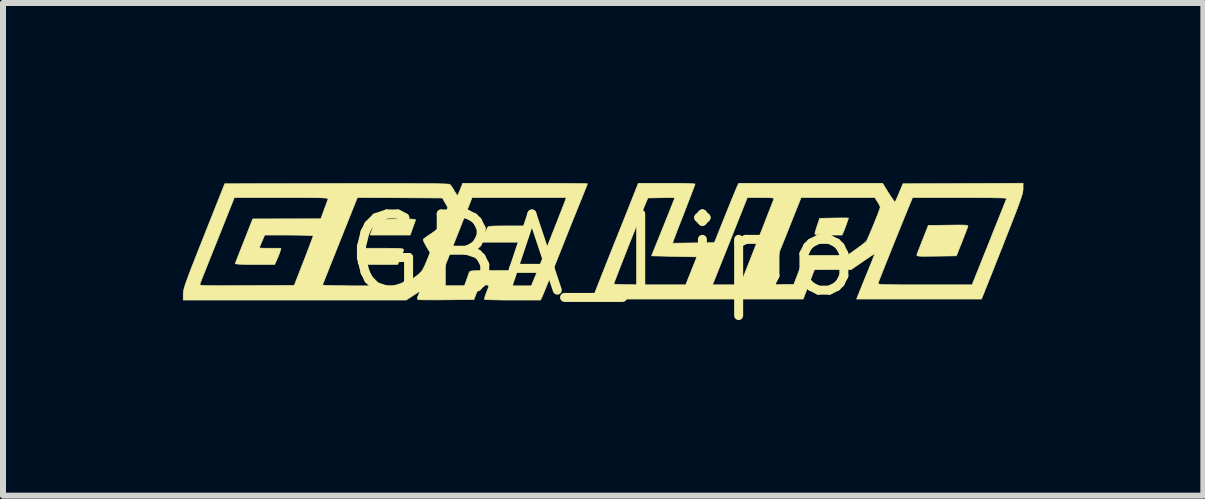
<source format=kicad_pcb>
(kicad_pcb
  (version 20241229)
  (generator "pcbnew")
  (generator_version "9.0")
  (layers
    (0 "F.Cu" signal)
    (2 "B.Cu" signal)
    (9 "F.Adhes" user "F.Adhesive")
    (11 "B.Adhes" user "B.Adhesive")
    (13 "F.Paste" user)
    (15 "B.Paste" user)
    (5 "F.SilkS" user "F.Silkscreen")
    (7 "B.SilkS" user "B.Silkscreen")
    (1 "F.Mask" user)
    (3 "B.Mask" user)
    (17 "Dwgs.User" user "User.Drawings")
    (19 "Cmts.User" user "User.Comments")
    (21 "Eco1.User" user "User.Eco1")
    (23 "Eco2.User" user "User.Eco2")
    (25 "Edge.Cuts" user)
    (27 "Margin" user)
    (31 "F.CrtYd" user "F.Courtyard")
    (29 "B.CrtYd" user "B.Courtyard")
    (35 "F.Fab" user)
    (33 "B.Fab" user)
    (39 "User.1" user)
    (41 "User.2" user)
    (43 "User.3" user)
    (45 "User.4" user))
  (footprint "GBA_Lipo"
    (layer "F.Cu")
    (at 6.998 1.208)
    (property "Reference" "GBA_Lipo" (at 0 0 0) (layer "F.SilkS") (effects (font (size 1.27 1.27) (thickness 0.15))))
    (attr through_hole)
    (fp_poly (pts (xy -3.241 -0.607) (xy -3.179 -0.605) (xy -3.141 -0.601) (xy -3.123 -0.596) (xy -3.12 -0.589) (xy -3.129 -0.563) (xy -3.146 -0.515) (xy -3.167 -0.456) (xy -3.168 -0.453) (xy -3.209 -0.339) (xy -3.877 -0.339) (xy -3.83 -0.47) (xy -3.782 -0.601) (xy -3.447 -0.606) (xy -3.329 -0.607) (xy -3.241 -0.607)) (stroke (width 0.01) (type solid)) (fill yes) (layer "F.SilkS"))
    (fp_poly (pts (xy -1.346 -0.22) (xy -1.68 -0.22) (xy -2.015 -0.22) (xy -1.974 -0.326) (xy -1.952 -0.385) (xy -1.932 -0.434) (xy -1.922 -0.461) (xy -1.915 -0.472) (xy -1.901 -0.479) (xy -1.875 -0.485) (xy -1.833 -0.488) (xy -1.77 -0.49) (xy -1.682 -0.491) (xy -1.575 -0.491) (xy -1.239 -0.491) (xy -1.346 -0.22)) (stroke (width 0.01) (type solid)) (fill yes) (layer "F.SilkS"))
    (fp_poly (pts (xy 4.069 -0.624) (xy 4.096 -0.622) (xy 4.098 -0.621) (xy 4.092 -0.6) (xy 4.078 -0.558) (xy 4.059 -0.504) (xy 4.039 -0.45) (xy 4.021 -0.404) (xy 4.012 -0.385) (xy 3.991 -0.339) (xy 3.765 -0.339) (xy 3.669 -0.339) (xy 3.603 -0.342) (xy 3.562 -0.347) (xy 3.542 -0.354) (xy 3.539 -0.361) (xy 3.544 -0.387) (xy 3.558 -0.435) (xy 3.577 -0.495) (xy 3.579 -0.5) (xy 3.618 -0.618) (xy 3.858 -0.623) (xy 3.944 -0.624) (xy 4.016 -0.624) (xy 4.069 -0.624)) (stroke (width 0.01) (type solid)) (fill yes) (layer "F.SilkS"))
    (fp_poly (pts (xy -3.532 -0.118) (xy -3.447 -0.117) (xy -3.388 -0.115) (xy -3.35 -0.111) (xy -3.328 -0.105) (xy -3.32 -0.097) (xy -3.319 -0.093) (xy -3.326 -0.065) (xy -3.343 -0.017) (xy -3.368 0.041) (xy -3.369 0.043) (xy -3.418 0.152) (xy -3.751 0.152) (xy -3.853 0.152) (xy -3.941 0.15) (xy -4.011 0.147) (xy -4.059 0.144) (xy -4.078 0.14) (xy -4.078 0.139) (xy -4.069 0.119) (xy -4.052 0.075) (xy -4.028 0.017) (xy -4.023 0.004) (xy -3.974 -0.119) (xy -3.646 -0.119) (xy -3.532 -0.118)) (stroke (width 0.01) (type solid)) (fill yes) (layer "F.SilkS"))
    (fp_poly (pts (xy 6.022 -0.505) (xy 6.06 -0.502) (xy 6.081 -0.498) (xy 6.09 -0.491) (xy 6.09 -0.481) (xy 6.089 -0.479) (xy 6.079 -0.453) (xy 6.06 -0.402) (xy 6.033 -0.333) (xy 6.001 -0.251) (xy 5.989 -0.22) (xy 5.898 0.008) (xy 5.564 0.013) (xy 5.45 0.014) (xy 5.365 0.015) (xy 5.306 0.014) (xy 5.268 0.011) (xy 5.247 0.007) (xy 5.239 -0.000356) (xy 5.239 -0.01) (xy 5.24 -0.012) (xy 5.249 -0.038) (xy 5.269 -0.089) (xy 5.296 -0.159) (xy 5.327 -0.24) (xy 5.34 -0.271) (xy 5.43 -0.5) (xy 5.764 -0.504) (xy 5.879 -0.506) (xy 5.963 -0.506) (xy 6.022 -0.505)) (stroke (width 0.01) (type solid)) (fill yes) (layer "F.SilkS"))
    (fp_poly (pts (xy 7.01 -1.111) (xy 7.009 -1.087) (xy 7.004 -1.058) (xy 6.996 -1.021) (xy 6.981 -0.974) (xy 6.961 -0.913) (xy 6.934 -0.837) (xy 6.898 -0.741) (xy 6.853 -0.625) (xy 6.798 -0.484) (xy 6.732 -0.317) (xy 6.68 -0.183) (xy 6.616 -0.023) (xy 6.556 0.129) (xy 6.501 0.269) (xy 6.451 0.394) (xy 6.408 0.501) (xy 6.374 0.587) (xy 6.349 0.649) (xy 6.335 0.684) (xy 6.333 0.69) (xy 6.317 0.728) (xy 4.234 0.728) (xy 4.266 0.648) (xy 4.283 0.606) (xy 4.31 0.54) (xy 4.338 0.468) (xy 4.593 0.468) (xy 4.598 0.474) (xy 4.611 0.479) (xy 4.635 0.483) (xy 4.674 0.485) (xy 4.728 0.488) (xy 4.803 0.489) (xy 4.899 0.49) (xy 5.021 0.491) (xy 5.17 0.491) (xy 5.351 0.491) (xy 5.373 0.491) (xy 6.16 0.491) (xy 6.446 -0.223) (xy 6.504 -0.37) (xy 6.559 -0.507) (xy 6.609 -0.632) (xy 6.653 -0.741) (xy 6.688 -0.83) (xy 6.715 -0.897) (xy 6.732 -0.939) (xy 6.737 -0.951) (xy 6.721 -0.954) (xy 6.676 -0.957) (xy 6.603 -0.959) (xy 6.506 -0.961) (xy 6.388 -0.963) (xy 6.253 -0.964) (xy 6.103 -0.965) (xy 5.955 -0.965) (xy 5.168 -0.965) (xy 5.117 -0.842) (xy 5.085 -0.763) (xy 5.045 -0.666) (xy 5 -0.555) (xy 4.951 -0.434) (xy 4.899 -0.306) (xy 4.847 -0.177) (xy 4.796 -0.049) (xy 4.747 0.073) (xy 4.702 0.185) (xy 4.663 0.283) (xy 4.631 0.364) (xy 4.608 0.423) (xy 4.595 0.456) (xy 4.593 0.461) (xy 4.593 0.468) (xy 4.338 0.468) (xy 4.344 0.456) (xy 4.382 0.36) (xy 4.418 0.273) (xy 4.456 0.18) (xy 4.489 0.098) (xy 4.515 0.033) (xy 4.532 -0.011) (xy 4.538 -0.028) (xy 4.538 -0.028) (xy 4.525 -0.021) (xy 4.489 0.001) (xy 4.435 0.037) (xy 4.368 0.082) (xy 4.341 0.101) (xy 4.143 0.237) (xy 3.837 0.237) (xy 3.531 0.238) (xy 3.344 0.728) (xy 1.588 0.728) (xy -0.168 0.728) (xy -0.143 0.658) (xy -0.132 0.629) (xy -0.11 0.572) (xy -0.078 0.49) (xy -0.073 0.477) (xy 0.186 0.477) (xy 0.203 0.48) (xy 0.249 0.483) (xy 0.322 0.486) (xy 0.417 0.488) (xy 0.53 0.49) (xy 0.659 0.491) (xy 0.786 0.491) (xy 1.385 0.491) (xy 1.832 0.491) (xy 2.295 0.491) (xy 2.302 0.472) (xy 2.743 0.472) (xy 2.754 0.481) (xy 2.787 0.486) (xy 2.846 0.488) (xy 2.935 0.488) (xy 2.965 0.487) (xy 3.187 0.483) (xy 3.217 0.406) (xy 3.236 0.357) (xy 3.263 0.287) (xy 3.293 0.209) (xy 3.31 0.165) (xy 3.373 0) (xy 4.081 0) (xy 4.229 -0.105) (xy 4.292 -0.151) (xy 4.346 -0.192) (xy 4.384 -0.223) (xy 4.398 -0.236) (xy 4.41 -0.26) (xy 4.432 -0.308) (xy 4.46 -0.374) (xy 4.493 -0.452) (xy 4.527 -0.535) (xy 4.56 -0.617) (xy 4.589 -0.691) (xy 4.612 -0.752) (xy 4.626 -0.792) (xy 4.628 -0.804) (xy 4.62 -0.828) (xy 4.599 -0.868) (xy 4.583 -0.893) (xy 4.538 -0.965) (xy 3.924 -0.965) (xy 3.31 -0.965) (xy 3.027 -0.256) (xy 2.968 -0.11) (xy 2.914 0.027) (xy 2.865 0.152) (xy 2.822 0.261) (xy 2.788 0.351) (xy 2.762 0.418) (xy 2.747 0.459) (xy 2.743 0.472) (xy 2.302 0.472) (xy 2.574 -0.221) (xy 2.632 -0.368) (xy 2.686 -0.506) (xy 2.734 -0.631) (xy 2.777 -0.74) (xy 2.812 -0.829) (xy 2.838 -0.896) (xy 2.854 -0.937) (xy 2.859 -0.949) (xy 2.845 -0.956) (xy 2.802 -0.961) (xy 2.735 -0.964) (xy 2.649 -0.965) (xy 2.639 -0.965) (xy 2.413 -0.965) (xy 2.123 -0.237) (xy 1.832 0.491) (xy 1.385 0.491) (xy 1.478 0.258) (xy 1.571 0.025) (xy 1.193 0.017) (xy 0.815 0.008) (xy 1.009 -0.471) (xy 1.057 -0.591) (xy 1.101 -0.7) (xy 1.138 -0.795) (xy 1.169 -0.872) (xy 1.19 -0.926) (xy 1.201 -0.955) (xy 1.202 -0.959) (xy 1.186 -0.961) (xy 1.143 -0.963) (xy 1.078 -0.963) (xy 0.998 -0.962) (xy 0.978 -0.961) (xy 0.754 -0.957) (xy 0.68 -0.779) (xy 0.649 -0.704) (xy 0.612 -0.611) (xy 0.569 -0.503) (xy 0.522 -0.385) (xy 0.472 -0.261) (xy 0.422 -0.135) (xy 0.373 -0.01) (xy 0.327 0.108) (xy 0.284 0.217) (xy 0.248 0.312) (xy 0.218 0.389) (xy 0.197 0.444) (xy 0.187 0.473) (xy 0.186 0.477) (xy -0.073 0.477) (xy -0.037 0.386) (xy 0.012 0.262) (xy 0.067 0.123) (xy 0.128 -0.03) (xy 0.192 -0.192) (xy 0.239 -0.307) (xy 0.595 -1.202) (xy 1.068 -1.202) (xy 1.191 -1.202) (xy 1.302 -1.201) (xy 1.396 -1.199) (xy 1.47 -1.196) (xy 1.52 -1.193) (xy 1.541 -1.19) (xy 1.541 -1.189) (xy 1.535 -1.171) (xy 1.518 -1.125) (xy 1.492 -1.056) (xy 1.458 -0.967) (xy 1.418 -0.864) (xy 1.374 -0.749) (xy 1.366 -0.728) (xy 1.32 -0.61) (xy 1.277 -0.501) (xy 1.24 -0.406) (xy 1.211 -0.328) (xy 1.189 -0.272) (xy 1.179 -0.243) (xy 1.178 -0.241) (xy 1.166 -0.203) (xy 1.863 -0.212) (xy 2.046 -0.669) (xy 2.094 -0.787) (xy 2.138 -0.897) (xy 2.178 -0.994) (xy 2.211 -1.073) (xy 2.235 -1.13) (xy 2.248 -1.161) (xy 2.25 -1.164) (xy 2.27 -1.202) (xy 3.469 -1.202) (xy 4.668 -1.202) (xy 4.767 -1.042) (xy 4.807 -0.979) (xy 4.842 -0.929) (xy 4.866 -0.898) (xy 4.876 -0.891) (xy 4.886 -0.909) (xy 4.905 -0.952) (xy 4.931 -1.011) (xy 4.946 -1.047) (xy 5.007 -1.194) (xy 6.009 -1.198) (xy 7.01 -1.203) (xy 7.01 -1.111)) (stroke (width 0.01) (type solid)) (fill yes) (layer "F.SilkS"))
    (fp_poly (pts (xy -1.11 -1.202) (xy -0.936 -1.202) (xy -0.776 -1.201) (xy -0.631 -1.2) (xy -0.506 -1.199) (xy -0.403 -1.198) (xy -0.325 -1.197) (xy -0.274 -1.195) (xy -0.254 -1.194) (xy -0.254 -1.193) (xy -0.26 -1.176) (xy -0.277 -1.132) (xy -0.303 -1.066) (xy -0.336 -0.984) (xy -0.374 -0.89) (xy -0.38 -0.876) (xy -0.417 -0.784) (xy -0.464 -0.667) (xy -0.519 -0.532) (xy -0.578 -0.384) (xy -0.639 -0.231) (xy -0.699 -0.079) (xy -0.734 0.008) (xy -0.788 0.144) (xy -0.839 0.272) (xy -0.886 0.39) (xy -0.927 0.492) (xy -0.961 0.575) (xy -0.986 0.634) (xy -0.998 0.665) (xy -1.035 0.745) (xy -1.498 0.745) (xy -1.62 0.745) (xy -1.731 0.743) (xy -1.825 0.741) (xy -1.9 0.739) (xy -1.949 0.736) (xy -1.97 0.733) (xy -1.97 0.732) (xy -1.968 0.711) (xy -1.956 0.669) (xy -1.937 0.619) (xy -1.916 0.565) (xy -1.901 0.523) (xy -1.897 0.504) (xy -1.912 0.496) (xy -1.95 0.494) (xy -1.975 0.494) (xy -2.053 0.5) (xy -2.1 0.618) (xy -2.147 0.737) (xy -2.601 0.741) (xy -2.723 0.742) (xy -2.834 0.742) (xy -2.929 0.742) (xy -3.005 0.741) (xy -3.056 0.739) (xy -3.078 0.737) (xy -3.09 0.725) (xy -3.086 0.698) (xy -3.074 0.667) (xy -3.057 0.627) (xy -3.049 0.603) (xy -3.048 0.601) (xy -3.061 0.607) (xy -3.096 0.628) (xy -3.145 0.66) (xy -3.162 0.671) (xy -3.275 0.745) (xy -6.993 0.745) (xy -6.993 0.648) (xy -6.992 0.624) (xy -6.989 0.596) (xy -6.981 0.563) (xy -6.969 0.52) (xy -6.958 0.485) (xy -6.716 0.485) (xy -6.712 0.491) (xy -6.7 0.496) (xy -6.677 0.499) (xy -6.64 0.502) (xy -6.587 0.504) (xy -6.514 0.505) (xy -6.419 0.506) (xy -6.3 0.506) (xy -6.152 0.505) (xy -5.974 0.504) (xy -5.934 0.504) (xy -5.142 0.5) (xy -5.139 0.493) (xy -4.671 0.493) (xy -4.656 0.496) (xy -4.61 0.5) (xy -4.536 0.502) (xy -4.437 0.505) (xy -4.317 0.506) (xy -4.177 0.508) (xy -4.022 0.508) (xy -4.005 0.508) (xy -3.334 0.508) (xy -2.761 0.508) (xy -2.305 0.508) (xy -2.272 0.419) (xy -2.252 0.362) (xy -2.234 0.312) (xy -2.228 0.292) (xy -2.223 0.279) (xy -2.214 0.27) (xy -2.198 0.263) (xy -2.169 0.258) (xy -2.122 0.256) (xy -2.054 0.254) (xy -1.96 0.254) (xy -1.879 0.254) (xy -1.541 0.254) (xy -1.583 0.365) (xy -1.605 0.423) (xy -1.624 0.468) (xy -1.635 0.492) (xy -1.635 0.492) (xy -1.623 0.499) (xy -1.581 0.504) (xy -1.512 0.507) (xy -1.42 0.508) (xy -1.417 0.508) (xy -1.189 0.508) (xy -1.101 0.293) (xy -1.071 0.22) (xy -1.033 0.127) (xy -0.99 0.019) (xy -0.943 -0.099) (xy -0.894 -0.223) (xy -0.844 -0.35) (xy -0.795 -0.474) (xy -0.748 -0.592) (xy -0.707 -0.699) (xy -0.671 -0.79) (xy -0.643 -0.862) (xy -0.625 -0.91) (xy -0.619 -0.927) (xy -0.607 -0.965) (xy -1.392 -0.965) (xy -2.176 -0.965) (xy -2.445 -0.284) (xy -2.503 -0.138) (xy -2.557 -0.000468) (xy -2.607 0.125) (xy -2.651 0.236) (xy -2.688 0.328) (xy -2.715 0.397) (xy -2.733 0.441) (xy -2.738 0.453) (xy -2.761 0.508) (xy -3.334 0.508) (xy -3.178 0.397) (xy -3.106 0.345) (xy -3.056 0.304) (xy -3.019 0.266) (xy -2.991 0.222) (xy -2.963 0.164) (xy -2.929 0.083) (xy -2.929 0.083) (xy -2.877 -0.046) (xy -2.939 -0.149) (xy -2.968 -0.202) (xy -2.987 -0.244) (xy -2.991 -0.266) (xy -2.991 -0.267) (xy -2.974 -0.283) (xy -2.935 -0.311) (xy -2.881 -0.348) (xy -2.855 -0.365) (xy -2.788 -0.413) (xy -2.737 -0.461) (xy -2.696 -0.517) (xy -2.66 -0.587) (xy -2.623 -0.682) (xy -2.614 -0.708) (xy -2.582 -0.798) (xy -2.671 -0.957) (xy -3.38 -0.961) (xy -4.089 -0.965) (xy -4.377 -0.244) (xy -4.436 -0.096) (xy -4.491 0.042) (xy -4.542 0.168) (xy -4.585 0.278) (xy -4.621 0.368) (xy -4.648 0.436) (xy -4.665 0.479) (xy -4.671 0.493) (xy -5.139 0.493) (xy -4.984 0.094) (xy -4.941 -0.016) (xy -4.903 -0.116) (xy -4.871 -0.202) (xy -4.846 -0.268) (xy -4.831 -0.31) (xy -4.826 -0.325) (xy -4.842 -0.329) (xy -4.888 -0.332) (xy -4.958 -0.335) (xy -5.047 -0.337) (xy -5.153 -0.338) (xy -5.23 -0.339) (xy -5.634 -0.339) (xy -5.679 -0.236) (xy -5.702 -0.183) (xy -5.718 -0.143) (xy -5.723 -0.126) (xy -5.708 -0.123) (xy -5.665 -0.12) (xy -5.602 -0.119) (xy -5.544 -0.119) (xy -5.364 -0.119) (xy -5.375 -0.076) (xy -5.388 -0.036) (xy -5.409 0.019) (xy -5.427 0.06) (xy -5.468 0.152) (xy -5.8 0.152) (xy -5.913 0.152) (xy -6.006 0.149) (xy -6.075 0.146) (xy -6.116 0.141) (xy -6.127 0.137) (xy -6.119 0.117) (xy -6.101 0.07) (xy -6.074 0.002) (xy -6.04 -0.085) (xy -6.001 -0.184) (xy -5.977 -0.244) (xy -5.834 -0.608) (xy -5.266 -0.609) (xy -4.699 -0.61) (xy -4.642 -0.766) (xy -4.616 -0.836) (xy -4.595 -0.894) (xy -4.58 -0.933) (xy -4.576 -0.944) (xy -4.581 -0.949) (xy -4.6 -0.953) (xy -4.637 -0.957) (xy -4.693 -0.96) (xy -4.771 -0.962) (xy -4.873 -0.963) (xy -5.003 -0.964) (xy -5.161 -0.965) (xy -5.35 -0.965) (xy -6.14 -0.965) (xy -6.422 -0.258) (xy -6.481 -0.111) (xy -6.536 0.027) (xy -6.586 0.152) (xy -6.63 0.262) (xy -6.666 0.353) (xy -6.693 0.422) (xy -6.71 0.465) (xy -6.715 0.479) (xy -6.716 0.485) (xy -6.958 0.485) (xy -6.952 0.466) (xy -6.927 0.398) (xy -6.896 0.312) (xy -6.856 0.207) (xy -6.806 0.08) (xy -6.746 -0.073) (xy -6.674 -0.253) (xy -6.647 -0.322) (xy -6.301 -1.194) (xy -4.435 -1.198) (xy -4.122 -1.199) (xy -3.841 -1.199) (xy -3.592 -1.199) (xy -3.373 -1.199) (xy -3.183 -1.198) (xy -3.02 -1.197) (xy -2.883 -1.196) (xy -2.772 -1.195) (xy -2.684 -1.193) (xy -2.619 -1.191) (xy -2.575 -1.188) (xy -2.551 -1.185) (xy -2.546 -1.183) (xy -2.525 -1.158) (xy -2.496 -1.114) (xy -2.476 -1.081) (xy -2.449 -1.036) (xy -2.429 -1.006) (xy -2.421 -0.999) (xy -2.411 -1.014) (xy -2.394 -1.051) (xy -2.373 -1.101) (xy -2.334 -1.202) (xy -1.294 -1.202) (xy -1.11 -1.202)) (stroke (width 0.01) (type solid)) (fill yes) (layer "F.SilkS")))
  (gr_rect
    (start -3 -3)
    (end 17.014 5.214)
    (stroke (width 0.1) (type default))
    (fill no)
    (layer "Edge.Cuts")))
</source>
